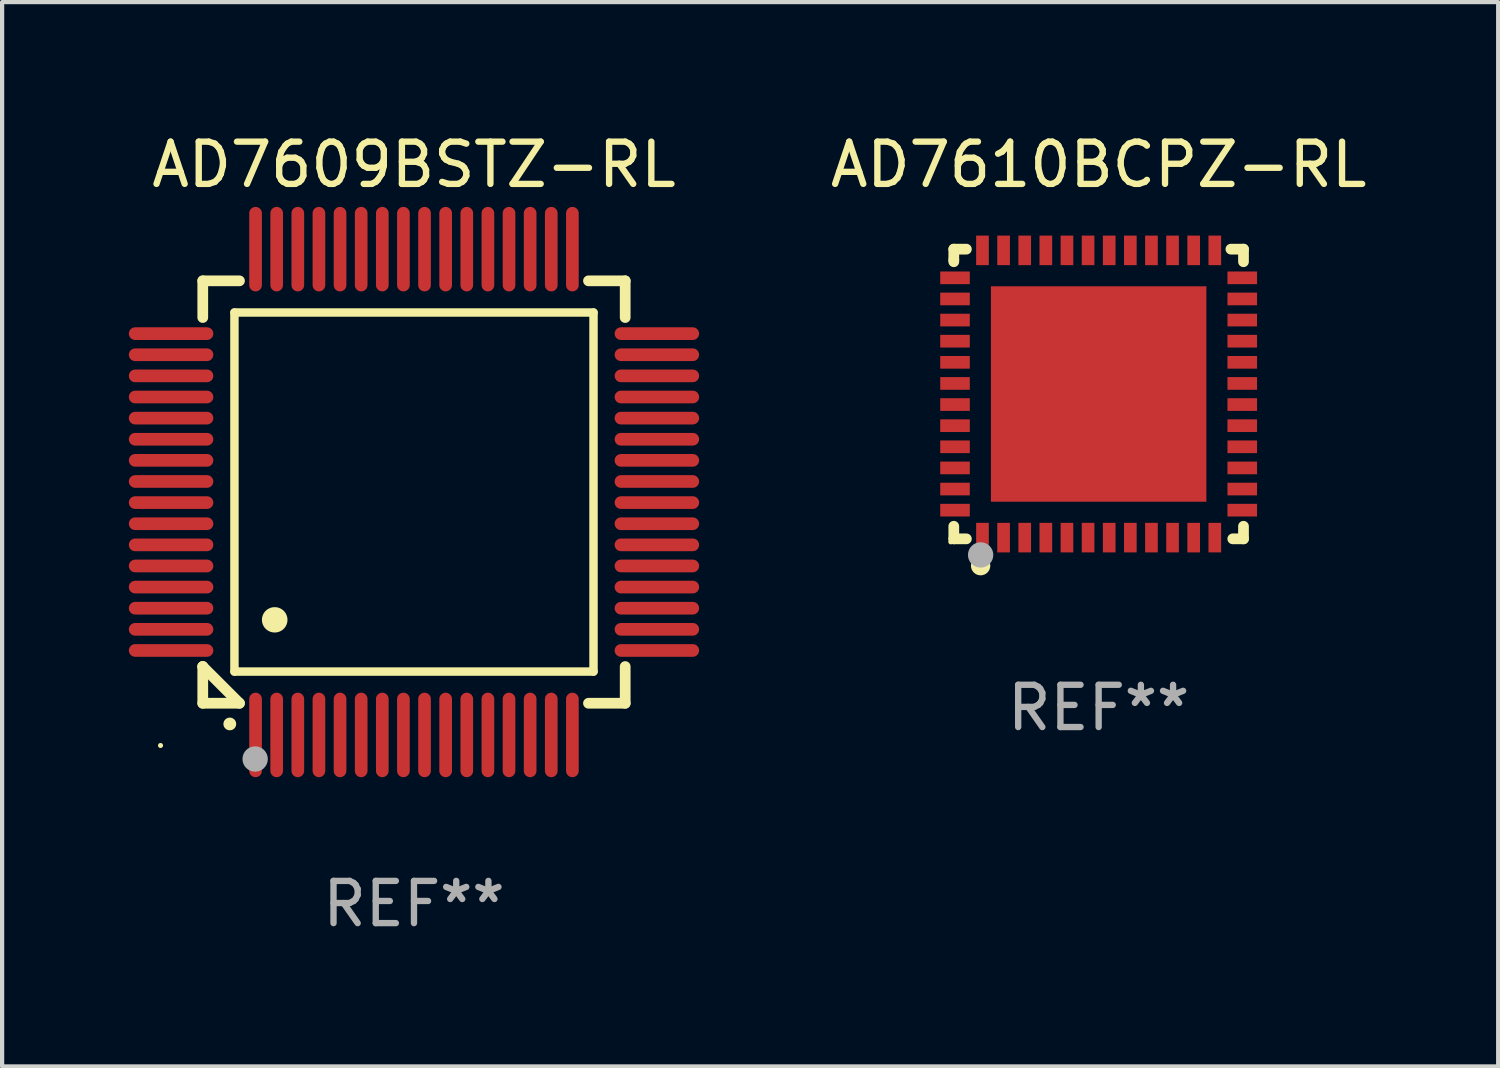
<source format=kicad_pcb>
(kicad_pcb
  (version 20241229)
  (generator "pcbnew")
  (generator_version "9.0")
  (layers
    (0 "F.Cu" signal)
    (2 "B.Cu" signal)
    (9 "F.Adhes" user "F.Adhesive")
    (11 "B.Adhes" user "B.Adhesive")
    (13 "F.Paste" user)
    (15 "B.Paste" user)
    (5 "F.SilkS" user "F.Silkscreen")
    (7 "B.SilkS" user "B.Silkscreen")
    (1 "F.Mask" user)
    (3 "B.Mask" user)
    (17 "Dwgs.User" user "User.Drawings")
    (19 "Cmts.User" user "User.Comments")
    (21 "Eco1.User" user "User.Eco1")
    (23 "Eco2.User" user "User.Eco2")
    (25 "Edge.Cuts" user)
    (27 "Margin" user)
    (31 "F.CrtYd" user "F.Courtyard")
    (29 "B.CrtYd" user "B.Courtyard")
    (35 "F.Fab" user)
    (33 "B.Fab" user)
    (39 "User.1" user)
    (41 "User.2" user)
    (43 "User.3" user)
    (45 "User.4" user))
  (footprint "AD7610BCPZ-RL"
    (layer "F.Cu")
    (at 22.958 6.277)
    (property "Reference" "AD7610BCPZ-RL" (at 0 -5.429 0) (layer "F.SilkS") (effects (font (size 1 1) (thickness 0.15))))
    (attr through_hole)
    (fp_line (start -3.429 -3.429) (end -3.429 -3.175) (stroke (width 0.254) (type solid)) (layer "F.SilkS"))
    (fp_line (start -3.429 -3.175) (end -3.429 -3.131) (stroke (width 0.254) (type solid)) (layer "F.SilkS"))
    (fp_line (start -3.429 3.131) (end -3.429 3.429) (stroke (width 0.254) (type solid)) (layer "F.SilkS"))
    (fp_line (start -3.429 3.429) (end -3.131 3.429) (stroke (width 0.254) (type solid)) (layer "F.SilkS"))
    (fp_line (start -3.131 -3.429) (end -3.429 -3.429) (stroke (width 0.254) (type solid)) (layer "F.SilkS"))
    (fp_line (start 3.131 -3.429) (end 3.429 -3.429) (stroke (width 0.254) (type solid)) (layer "F.SilkS"))
    (fp_line (start 3.429 -3.429) (end 3.429 -3.131) (stroke (width 0.254) (type solid)) (layer "F.SilkS"))
    (fp_line (start 3.429 3.131) (end 3.429 3.429) (stroke (width 0.254) (type solid)) (layer "F.SilkS"))
    (fp_line (start 3.429 3.429) (end 3.175 3.429) (stroke (width 0.254) (type solid)) (layer "F.SilkS"))
    (fp_circle (center -3.5 3.5) (end -3.47 3.5) (stroke (width 0.06) (type solid)) (fill no) (layer "F.SilkS"))
    (fp_circle (center -2.794 4.064) (end -2.667 4.064) (stroke (width 0.204) (type solid)) (fill no) (layer "F.SilkS"))
    (fp_circle (center -2.794 3.81) (end -2.644 3.81) (stroke (width 0.3) (type solid)) (fill no) (layer "F.Fab"))
    (fp_text user "REF**" (at 0 7.429 0) (layer "F.Fab") (effects (font (size 1 1) (thickness 0.15))))
    (pad "1" smd rect (at -2.75 3.4) (size 0.3 0.7) (layers "F.Cu" "F.Mask" "F.Paste"))
    (pad "2" smd rect (at -2.25 3.4) (size 0.3 0.7) (layers "F.Cu" "F.Mask" "F.Paste"))
    (pad "3" smd rect (at -1.75 3.4) (size 0.3 0.7) (layers "F.Cu" "F.Mask" "F.Paste"))
    (pad "4" smd rect (at -1.25 3.4) (size 0.3 0.7) (layers "F.Cu" "F.Mask" "F.Paste"))
    (pad "5" smd rect (at -0.75 3.4) (size 0.3 0.7) (layers "F.Cu" "F.Mask" "F.Paste"))
    (pad "6" smd rect (at -0.25 3.4) (size 0.3 0.7) (layers "F.Cu" "F.Mask" "F.Paste"))
    (pad "7" smd rect (at 0.25 3.4) (size 0.3 0.7) (layers "F.Cu" "F.Mask" "F.Paste"))
    (pad "8" smd rect (at 0.75 3.4) (size 0.3 0.7) (layers "F.Cu" "F.Mask" "F.Paste"))
    (pad "9" smd rect (at 1.25 3.4) (size 0.3 0.7) (layers "F.Cu" "F.Mask" "F.Paste"))
    (pad "10" smd rect (at 1.75 3.4) (size 0.3 0.7) (layers "F.Cu" "F.Mask" "F.Paste"))
    (pad "11" smd rect (at 2.25 3.4) (size 0.3 0.7) (layers "F.Cu" "F.Mask" "F.Paste"))
    (pad "12" smd rect (at 2.75 3.4) (size 0.3 0.7) (layers "F.Cu" "F.Mask" "F.Paste"))
    (pad "13" smd rect (at 3.4 2.75) (size 0.7 0.3) (layers "F.Cu" "F.Mask" "F.Paste"))
    (pad "14" smd rect (at 3.4 2.25) (size 0.7 0.3) (layers "F.Cu" "F.Mask" "F.Paste"))
    (pad "15" smd rect (at 3.4 1.75) (size 0.7 0.3) (layers "F.Cu" "F.Mask" "F.Paste"))
    (pad "16" smd rect (at 3.4 1.25) (size 0.7 0.3) (layers "F.Cu" "F.Mask" "F.Paste"))
    (pad "17" smd rect (at 3.4 0.75) (size 0.7 0.3) (layers "F.Cu" "F.Mask" "F.Paste"))
    (pad "18" smd rect (at 3.4 0.25) (size 0.7 0.3) (layers "F.Cu" "F.Mask" "F.Paste"))
    (pad "19" smd rect (at 3.4 -0.25) (size 0.7 0.3) (layers "F.Cu" "F.Mask" "F.Paste"))
    (pad "20" smd rect (at 3.4 -0.75) (size 0.7 0.3) (layers "F.Cu" "F.Mask" "F.Paste"))
    (pad "21" smd rect (at 3.4 -1.25) (size 0.7 0.3) (layers "F.Cu" "F.Mask" "F.Paste"))
    (pad "22" smd rect (at 3.4 -1.75) (size 0.7 0.3) (layers "F.Cu" "F.Mask" "F.Paste"))
    (pad "23" smd rect (at 3.4 -2.25) (size 0.7 0.3) (layers "F.Cu" "F.Mask" "F.Paste"))
    (pad "24" smd rect (at 3.4 -2.75) (size 0.7 0.3) (layers "F.Cu" "F.Mask" "F.Paste"))
    (pad "25" smd rect (at 2.75 -3.4) (size 0.3 0.7) (layers "F.Cu" "F.Mask" "F.Paste"))
    (pad "26" smd rect (at 2.25 -3.4) (size 0.3 0.7) (layers "F.Cu" "F.Mask" "F.Paste"))
    (pad "27" smd rect (at 1.75 -3.4) (size 0.3 0.7) (layers "F.Cu" "F.Mask" "F.Paste"))
    (pad "28" smd rect (at 1.25 -3.4) (size 0.3 0.7) (layers "F.Cu" "F.Mask" "F.Paste"))
    (pad "29" smd rect (at 0.75 -3.4) (size 0.3 0.7) (layers "F.Cu" "F.Mask" "F.Paste"))
    (pad "30" smd rect (at 0.25 -3.4) (size 0.3 0.7) (layers "F.Cu" "F.Mask" "F.Paste"))
    (pad "31" smd rect (at -0.25 -3.4) (size 0.3 0.7) (layers "F.Cu" "F.Mask" "F.Paste"))
    (pad "32" smd rect (at -0.75 -3.4) (size 0.3 0.7) (layers "F.Cu" "F.Mask" "F.Paste"))
    (pad "33" smd rect (at -1.25 -3.4) (size 0.3 0.7) (layers "F.Cu" "F.Mask" "F.Paste"))
    (pad "34" smd rect (at -1.75 -3.4) (size 0.3 0.7) (layers "F.Cu" "F.Mask" "F.Paste"))
    (pad "35" smd rect (at -2.25 -3.4) (size 0.3 0.7) (layers "F.Cu" "F.Mask" "F.Paste"))
    (pad "36" smd rect (at -2.75 -3.4) (size 0.3 0.7) (layers "F.Cu" "F.Mask" "F.Paste"))
    (pad "37" smd rect (at -3.4 -2.75) (size 0.7 0.3) (layers "F.Cu" "F.Mask" "F.Paste"))
    (pad "38" smd rect (at -3.4 -2.25) (size 0.7 0.3) (layers "F.Cu" "F.Mask" "F.Paste"))
    (pad "39" smd rect (at -3.4 -1.75) (size 0.7 0.3) (layers "F.Cu" "F.Mask" "F.Paste"))
    (pad "40" smd rect (at -3.4 -1.25) (size 0.7 0.3) (layers "F.Cu" "F.Mask" "F.Paste"))
    (pad "41" smd rect (at -3.4 -0.75) (size 0.7 0.3) (layers "F.Cu" "F.Mask" "F.Paste"))
    (pad "42" smd rect (at -3.4 -0.25) (size 0.7 0.3) (layers "F.Cu" "F.Mask" "F.Paste"))
    (pad "43" smd rect (at -3.4 0.25) (size 0.7 0.3) (layers "F.Cu" "F.Mask" "F.Paste"))
    (pad "44" smd rect (at -3.4 0.75) (size 0.7 0.3) (layers "F.Cu" "F.Mask" "F.Paste"))
    (pad "45" smd rect (at -3.4 1.25) (size 0.7 0.3) (layers "F.Cu" "F.Mask" "F.Paste"))
    (pad "46" smd rect (at -3.4 1.75) (size 0.7 0.3) (layers "F.Cu" "F.Mask" "F.Paste"))
    (pad "47" smd rect (at -3.4 2.25) (size 0.7 0.3) (layers "F.Cu" "F.Mask" "F.Paste"))
    (pad "48" smd rect (at -3.4 2.75) (size 0.7 0.3) (layers "F.Cu" "F.Mask" "F.Paste"))
    (pad "49" smd rect (at 0 0) (size 5.1 5.1) (layers "F.Cu" "F.Mask" "F.Paste")))
  (footprint "AD7609BSTZ-RL"
    (layer "F.Cu")
    (at 6.75 8.598)
    (property "Reference" "AD7609BSTZ-RL" (at 0 -7.75 0) (layer "F.SilkS") (effects (font (size 1 1) (thickness 0.15))))
    (attr through_hole)
    (fp_line (start -5 -5) (end -4.131 -5) (stroke (width 0.254) (type solid)) (layer "F.SilkS"))
    (fp_line (start -5 -4.131) (end -5 -5) (stroke (width 0.254) (type solid)) (layer "F.SilkS"))
    (fp_line (start -5 4.131) (end -5 4.131) (stroke (width 0.254) (type solid)) (layer "F.SilkS"))
    (fp_line (start -5 5) (end -5 4.131) (stroke (width 0.254) (type solid)) (layer "F.SilkS"))
    (fp_line (start -5 4.131) (end -4.131 5) (stroke (width 0.254) (type solid)) (layer "F.SilkS"))
    (fp_line (start -4.25 -4.25) (end -4.25 4.25) (stroke (width 0.2) (type solid)) (layer "F.SilkS"))
    (fp_line (start -4.25 4.25) (end 4.25 4.25) (stroke (width 0.2) (type solid)) (layer "F.SilkS"))
    (fp_line (start -4.131 5) (end -5 5) (stroke (width 0.254) (type solid)) (layer "F.SilkS"))
    (fp_line (start 4.25 -4.25) (end -4.25 -4.25) (stroke (width 0.2) (type solid)) (layer "F.SilkS"))
    (fp_line (start 4.25 4.25) (end 4.25 -4.25) (stroke (width 0.2) (type solid)) (layer "F.SilkS"))
    (fp_line (start 5 -5) (end 4.131 -5) (stroke (width 0.254) (type solid)) (layer "F.SilkS"))
    (fp_line (start 5 -5) (end 5 -4.131) (stroke (width 0.254) (type solid)) (layer "F.SilkS"))
    (fp_line (start 5 4.131) (end 5 5) (stroke (width 0.254) (type solid)) (layer "F.SilkS"))
    (fp_line (start 5 5) (end 4.131 5) (stroke (width 0.254) (type solid)) (layer "F.SilkS"))
    (fp_arc (start -4.361265 5.489992) (mid -4.359995 5.489987) (end -4.358725 5.489992) (stroke (width 0.3) (type solid)) (layer "F.SilkS"))
    (fp_arc (start -3.299467 3.025146) (mid -3.296927 3.025135) (end -3.294387 3.025146) (stroke (width 0.6) (type solid)) (layer "F.SilkS"))
    (fp_circle (center -6 6) (end -5.97 6) (stroke (width 0.06) (type solid)) (fill no) (layer "F.SilkS"))
    (fp_circle (center -3.76 6.32) (end -3.61 6.32) (stroke (width 0.3) (type solid)) (fill no) (layer "F.Fab"))
    (fp_text user "REF**" (at 0 9.75 0) (layer "F.Fab") (effects (font (size 1 1) (thickness 0.15))))
    (pad "1" smd oval (at -3.75 5.75) (size 0.3 2) (layers "F.Cu" "F.Mask" "F.Paste"))
    (pad "2" smd oval (at -3.25 5.75) (size 0.3 2) (layers "F.Cu" "F.Mask" "F.Paste"))
    (pad "3" smd oval (at -2.75 5.75) (size 0.3 2) (layers "F.Cu" "F.Mask" "F.Paste"))
    (pad "4" smd oval (at -2.25 5.75) (size 0.3 2) (layers "F.Cu" "F.Mask" "F.Paste"))
    (pad "5" smd oval (at -1.75 5.75) (size 0.3 2) (layers "F.Cu" "F.Mask" "F.Paste"))
    (pad "6" smd oval (at -1.25 5.75) (size 0.3 2) (layers "F.Cu" "F.Mask" "F.Paste"))
    (pad "7" smd oval (at -0.75 5.75) (size 0.3 2) (layers "F.Cu" "F.Mask" "F.Paste"))
    (pad "8" smd oval (at -0.25 5.75) (size 0.3 2) (layers "F.Cu" "F.Mask" "F.Paste"))
    (pad "9" smd oval (at 0.25 5.75) (size 0.3 2) (layers "F.Cu" "F.Mask" "F.Paste"))
    (pad "10" smd oval (at 0.75 5.75) (size 0.3 2) (layers "F.Cu" "F.Mask" "F.Paste"))
    (pad "11" smd oval (at 1.25 5.75) (size 0.3 2) (layers "F.Cu" "F.Mask" "F.Paste"))
    (pad "12" smd oval (at 1.75 5.75) (size 0.3 2) (layers "F.Cu" "F.Mask" "F.Paste"))
    (pad "13" smd oval (at 2.25 5.75) (size 0.3 2) (layers "F.Cu" "F.Mask" "F.Paste"))
    (pad "14" smd oval (at 2.75 5.75) (size 0.3 2) (layers "F.Cu" "F.Mask" "F.Paste"))
    (pad "15" smd oval (at 3.25 5.75) (size 0.3 2) (layers "F.Cu" "F.Mask" "F.Paste"))
    (pad "16" smd oval (at 3.75 5.75) (size 0.3 2) (layers "F.Cu" "F.Mask" "F.Paste"))
    (pad "17" smd oval (at 5.75 3.75) (size 2 0.3) (layers "F.Cu" "F.Mask" "F.Paste"))
    (pad "18" smd oval (at 5.75 3.25) (size 2 0.3) (layers "F.Cu" "F.Mask" "F.Paste"))
    (pad "19" smd oval (at 5.75 2.75) (size 2 0.3) (layers "F.Cu" "F.Mask" "F.Paste"))
    (pad "20" smd oval (at 5.75 2.25) (size 2 0.3) (layers "F.Cu" "F.Mask" "F.Paste"))
    (pad "21" smd oval (at 5.75 1.75) (size 2 0.3) (layers "F.Cu" "F.Mask" "F.Paste"))
    (pad "22" smd oval (at 5.75 1.25) (size 2 0.3) (layers "F.Cu" "F.Mask" "F.Paste"))
    (pad "23" smd oval (at 5.75 0.75) (size 2 0.3) (layers "F.Cu" "F.Mask" "F.Paste"))
    (pad "24" smd oval (at 5.75 0.25) (size 2 0.3) (layers "F.Cu" "F.Mask" "F.Paste"))
    (pad "25" smd oval (at 5.75 -0.25) (size 2 0.3) (layers "F.Cu" "F.Mask" "F.Paste"))
    (pad "26" smd oval (at 5.75 -0.75) (size 2 0.3) (layers "F.Cu" "F.Mask" "F.Paste"))
    (pad "27" smd oval (at 5.75 -1.25) (size 2 0.3) (layers "F.Cu" "F.Mask" "F.Paste"))
    (pad "28" smd oval (at 5.75 -1.75) (size 2 0.3) (layers "F.Cu" "F.Mask" "F.Paste"))
    (pad "29" smd oval (at 5.75 -2.25) (size 2 0.3) (layers "F.Cu" "F.Mask" "F.Paste"))
    (pad "30" smd oval (at 5.75 -2.75) (size 2 0.3) (layers "F.Cu" "F.Mask" "F.Paste"))
    (pad "31" smd oval (at 5.75 -3.25) (size 2 0.3) (layers "F.Cu" "F.Mask" "F.Paste"))
    (pad "32" smd oval (at 5.75 -3.75) (size 2 0.3) (layers "F.Cu" "F.Mask" "F.Paste"))
    (pad "33" smd oval (at 3.75 -5.75) (size 0.3 2) (layers "F.Cu" "F.Mask" "F.Paste"))
    (pad "34" smd oval (at 3.25 -5.75) (size 0.3 2) (layers "F.Cu" "F.Mask" "F.Paste"))
    (pad "35" smd oval (at 2.75 -5.75) (size 0.3 2) (layers "F.Cu" "F.Mask" "F.Paste"))
    (pad "36" smd oval (at 2.25 -5.75) (size 0.3 2) (layers "F.Cu" "F.Mask" "F.Paste"))
    (pad "37" smd oval (at 1.75 -5.75) (size 0.3 2) (layers "F.Cu" "F.Mask" "F.Paste"))
    (pad "38" smd oval (at 1.25 -5.75) (size 0.3 2) (layers "F.Cu" "F.Mask" "F.Paste"))
    (pad "39" smd oval (at 0.75 -5.75) (size 0.3 2) (layers "F.Cu" "F.Mask" "F.Paste"))
    (pad "40" smd oval (at 0.25 -5.75) (size 0.3 2) (layers "F.Cu" "F.Mask" "F.Paste"))
    (pad "41" smd oval (at -0.25 -5.75) (size 0.3 2) (layers "F.Cu" "F.Mask" "F.Paste"))
    (pad "42" smd oval (at -0.75 -5.75) (size 0.3 2) (layers "F.Cu" "F.Mask" "F.Paste"))
    (pad "43" smd oval (at -1.25 -5.75) (size 0.3 2) (layers "F.Cu" "F.Mask" "F.Paste"))
    (pad "44" smd oval (at -1.75 -5.75) (size 0.3 2) (layers "F.Cu" "F.Mask" "F.Paste"))
    (pad "45" smd oval (at -2.25 -5.75) (size 0.3 2) (layers "F.Cu" "F.Mask" "F.Paste"))
    (pad "46" smd oval (at -2.75 -5.75) (size 0.3 2) (layers "F.Cu" "F.Mask" "F.Paste"))
    (pad "47" smd oval (at -3.25 -5.75) (size 0.3 2) (layers "F.Cu" "F.Mask" "F.Paste"))
    (pad "48" smd oval (at -3.75 -5.75) (size 0.3 2) (layers "F.Cu" "F.Mask" "F.Paste"))
    (pad "49" smd oval (at -5.75 -3.75) (size 2 0.3) (layers "F.Cu" "F.Mask" "F.Paste"))
    (pad "50" smd oval (at -5.75 -3.25) (size 2 0.3) (layers "F.Cu" "F.Mask" "F.Paste"))
    (pad "51" smd oval (at -5.75 -2.75) (size 2 0.3) (layers "F.Cu" "F.Mask" "F.Paste"))
    (pad "52" smd oval (at -5.75 -2.25) (size 2 0.3) (layers "F.Cu" "F.Mask" "F.Paste"))
    (pad "53" smd oval (at -5.75 -1.75) (size 2 0.3) (layers "F.Cu" "F.Mask" "F.Paste"))
    (pad "54" smd oval (at -5.75 -1.25) (size 2 0.3) (layers "F.Cu" "F.Mask" "F.Paste"))
    (pad "55" smd oval (at -5.75 -0.75) (size 2 0.3) (layers "F.Cu" "F.Mask" "F.Paste"))
    (pad "56" smd oval (at -5.75 -0.25) (size 2 0.3) (layers "F.Cu" "F.Mask" "F.Paste"))
    (pad "57" smd oval (at -5.75 0.25) (size 2 0.3) (layers "F.Cu" "F.Mask" "F.Paste"))
    (pad "58" smd oval (at -5.75 0.75) (size 2 0.3) (layers "F.Cu" "F.Mask" "F.Paste"))
    (pad "59" smd oval (at -5.75 1.25) (size 2 0.3) (layers "F.Cu" "F.Mask" "F.Paste"))
    (pad "60" smd oval (at -5.75 1.75) (size 2 0.3) (layers "F.Cu" "F.Mask" "F.Paste"))
    (pad "61" smd oval (at -5.75 2.25) (size 2 0.3) (layers "F.Cu" "F.Mask" "F.Paste"))
    (pad "62" smd oval (at -5.75 2.75) (size 2 0.3) (layers "F.Cu" "F.Mask" "F.Paste"))
    (pad "63" smd oval (at -5.75 3.25) (size 2 0.3) (layers "F.Cu" "F.Mask" "F.Paste"))
    (pad "64" smd oval (at -5.75 3.75) (size 2 0.3) (layers "F.Cu" "F.Mask" "F.Paste")))
  (gr_rect
    (start -3 -3)
    (end 32.416 22.196)
    (stroke (width 0.1) (type default))
    (fill no)
    (layer "Edge.Cuts")))
</source>
